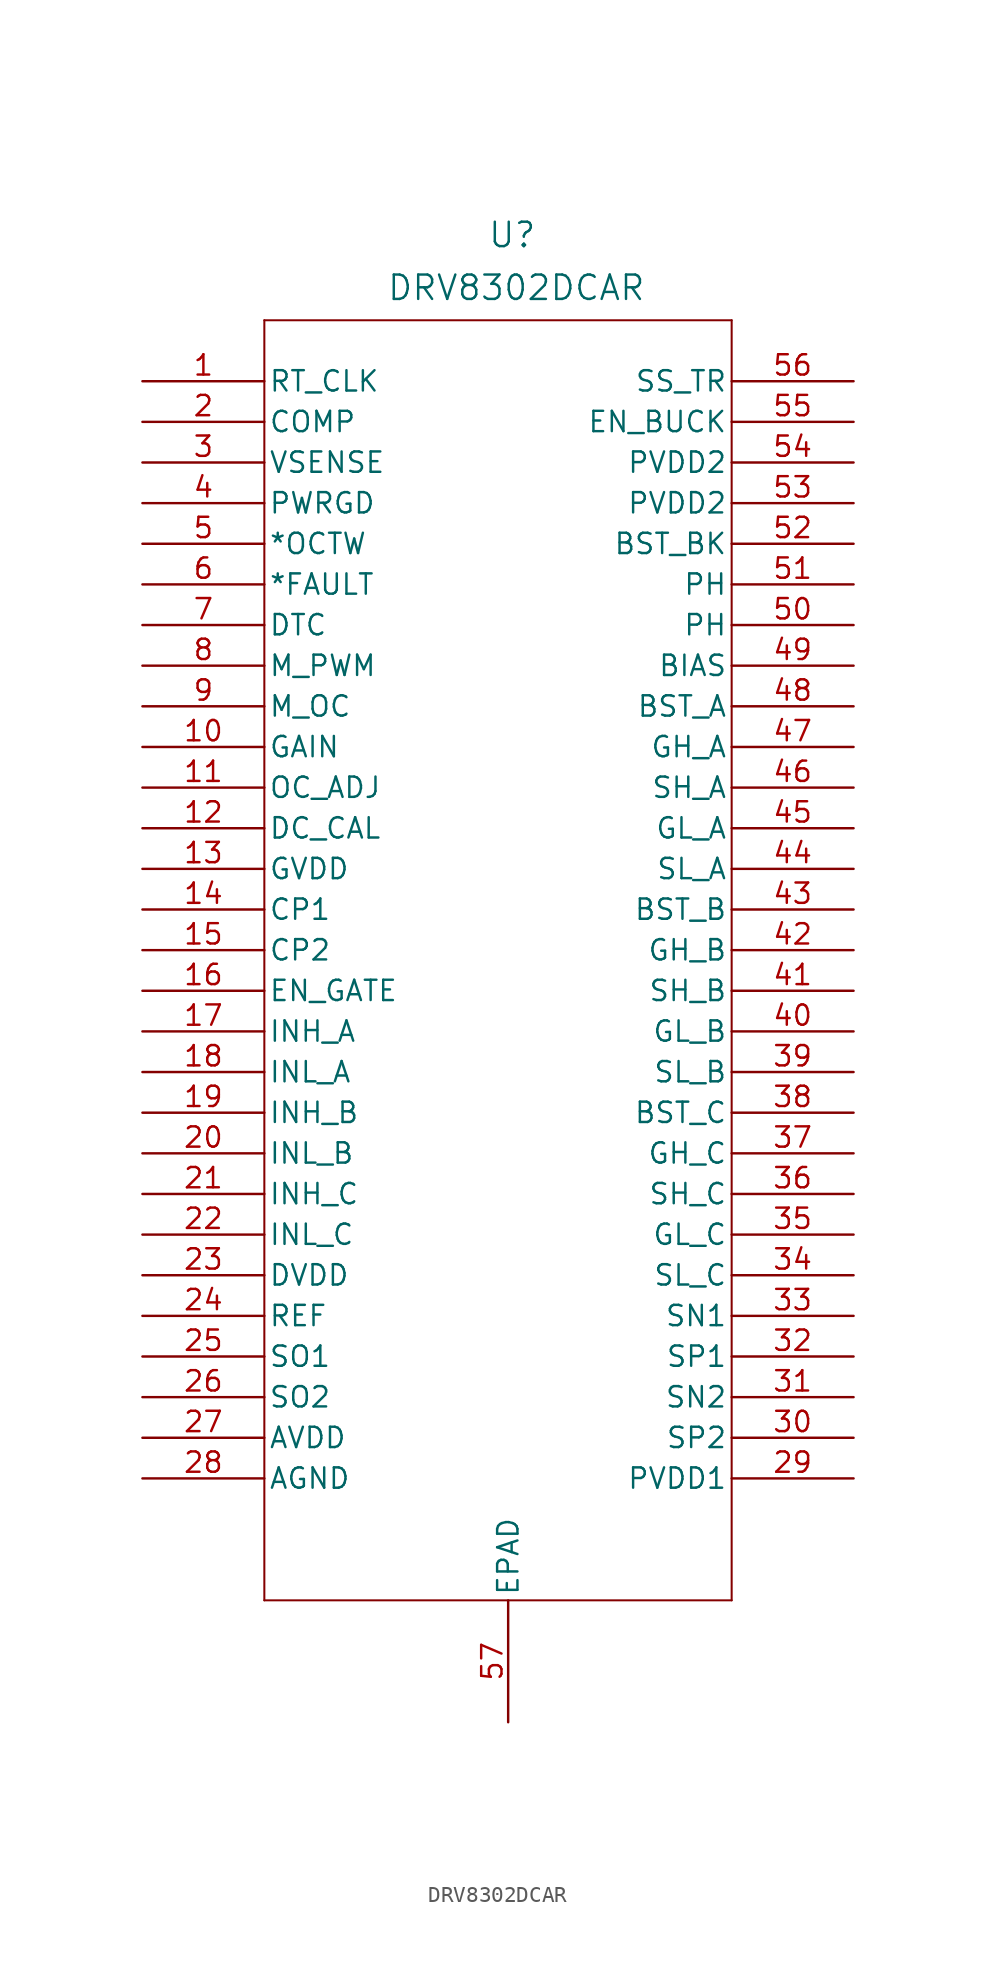
<source format=kicad_sym>
(kicad_symbol_lib
  (version 20231120)
  (generator "kicad_symbol_editor")
  (generator_version "8.0")
  (symbol "DRV8302DCAR"
    (pin_names
      (offset 0.254))
    (property "Reference" "U"
      (at 23.114 9.144 0)
      (effects (font (size 1.524 1.524))))
    (property "Value" "DRV8302DCAR"
      (at 23.368 5.842 0)
      (effects (font (size 1.524 1.524))))
    (property "ki_locked" ""
      (at 0 0 0)
      (effects (font (size 1.27 1.27))))
    (symbol "DRV8302DCAR_0_1"
      (polyline (pts (xy 7.62 -76.2) (xy 36.83 -76.2)) (stroke (width 0.127) (type default)) (fill (type none)))
      (polyline (pts (xy 7.62 3.81) (xy 7.62 -76.2)) (stroke (width 0.127) (type default)) (fill (type none)))
      (polyline (pts (xy 36.83 -76.2) (xy 36.83 3.81)) (stroke (width 0.127) (type default)) (fill (type none)))
      (polyline (pts (xy 36.83 3.81) (xy 7.62 3.81)) (stroke (width 0.127) (type default)) (fill (type none)))
      (pin input line (at 0 0 0) (length 7.62) (name "RT_CLK" (effects (font (size 1.27 1.27)))) (number "1" (effects (font (size 1.27 1.27)))))
      (pin output line (at 0 -22.86 0) (length 7.62) (name "GAIN" (effects (font (size 1.27 1.27)))) (number "10" (effects (font (size 1.27 1.27)))))
      (pin input line (at 0 -25.4 0) (length 7.62) (name "OC_ADJ" (effects (font (size 1.27 1.27)))) (number "11" (effects (font (size 1.27 1.27)))))
      (pin input line (at 0 -27.94 0) (length 7.62) (name "DC_CAL" (effects (font (size 1.27 1.27)))) (number "12" (effects (font (size 1.27 1.27)))))
      (pin power_in line (at 0 -30.48 0) (length 7.62) (name "GVDD" (effects (font (size 1.27 1.27)))) (number "13" (effects (font (size 1.27 1.27)))))
      (pin power_in line (at 0 -33.02 0) (length 7.62) (name "CP1" (effects (font (size 1.27 1.27)))) (number "14" (effects (font (size 1.27 1.27)))))
      (pin power_in line (at 0 -35.56 0) (length 7.62) (name "CP2" (effects (font (size 1.27 1.27)))) (number "15" (effects (font (size 1.27 1.27)))))
      (pin input line (at 0 -38.1 0) (length 7.62) (name "EN_GATE" (effects (font (size 1.27 1.27)))) (number "16" (effects (font (size 1.27 1.27)))))
      (pin input line (at 0 -40.64 0) (length 7.62) (name "INH_A" (effects (font (size 1.27 1.27)))) (number "17" (effects (font (size 1.27 1.27)))))
      (pin input line (at 0 -43.18 0) (length 7.62) (name "INL_A" (effects (font (size 1.27 1.27)))) (number "18" (effects (font (size 1.27 1.27)))))
      (pin input line (at 0 -45.72 0) (length 7.62) (name "INH_B" (effects (font (size 1.27 1.27)))) (number "19" (effects (font (size 1.27 1.27)))))
      (pin output line (at 0 -2.54 0) (length 7.62) (name "COMP" (effects (font (size 1.27 1.27)))) (number "2" (effects (font (size 1.27 1.27)))))
      (pin input line (at 0 -48.26 0) (length 7.62) (name "INL_B" (effects (font (size 1.27 1.27)))) (number "20" (effects (font (size 1.27 1.27)))))
      (pin input line (at 0 -50.8 0) (length 7.62) (name "INH_C" (effects (font (size 1.27 1.27)))) (number "21" (effects (font (size 1.27 1.27)))))
      (pin input line (at 0 -53.34 0) (length 7.62) (name "INL_C" (effects (font (size 1.27 1.27)))) (number "22" (effects (font (size 1.27 1.27)))))
      (pin power_in line (at 0 -55.88 0) (length 7.62) (name "DVDD" (effects (font (size 1.27 1.27)))) (number "23" (effects (font (size 1.27 1.27)))))
      (pin input line (at 0 -58.42 0) (length 7.62) (name "REF" (effects (font (size 1.27 1.27)))) (number "24" (effects (font (size 1.27 1.27)))))
      (pin output line (at 0 -60.96 0) (length 7.62) (name "SO1" (effects (font (size 1.27 1.27)))) (number "25" (effects (font (size 1.27 1.27)))))
      (pin output line (at 0 -63.5 0) (length 7.62) (name "SO2" (effects (font (size 1.27 1.27)))) (number "26" (effects (font (size 1.27 1.27)))))
      (pin power_in line (at 0 -66.04 0) (length 7.62) (name "AVDD" (effects (font (size 1.27 1.27)))) (number "27" (effects (font (size 1.27 1.27)))))
      (pin power_in line (at 0 -68.58 0) (length 7.62) (name "AGND" (effects (font (size 1.27 1.27)))) (number "28" (effects (font (size 1.27 1.27)))))
      (pin power_in line (at 44.45 -68.58 180) (length 7.62) (name "PVDD1" (effects (font (size 1.27 1.27)))) (number "29" (effects (font (size 1.27 1.27)))))
      (pin input line (at 0 -5.08 0) (length 7.62) (name "VSENSE" (effects (font (size 1.27 1.27)))) (number "3" (effects (font (size 1.27 1.27)))))
      (pin input line (at 44.45 -66.04 180) (length 7.62) (name "SP2" (effects (font (size 1.27 1.27)))) (number "30" (effects (font (size 1.27 1.27)))))
      (pin input line (at 44.45 -63.5 180) (length 7.62) (name "SN2" (effects (font (size 1.27 1.27)))) (number "31" (effects (font (size 1.27 1.27)))))
      (pin input line (at 44.45 -60.96 180) (length 7.62) (name "SP1" (effects (font (size 1.27 1.27)))) (number "32" (effects (font (size 1.27 1.27)))))
      (pin input line (at 44.45 -58.42 180) (length 7.62) (name "SN1" (effects (font (size 1.27 1.27)))) (number "33" (effects (font (size 1.27 1.27)))))
      (pin input line (at 44.45 -55.88 180) (length 7.62) (name "SL_C" (effects (font (size 1.27 1.27)))) (number "34" (effects (font (size 1.27 1.27)))))
      (pin output line (at 44.45 -53.34 180) (length 7.62) (name "GL_C" (effects (font (size 1.27 1.27)))) (number "35" (effects (font (size 1.27 1.27)))))
      (pin input line (at 44.45 -50.8 180) (length 7.62) (name "SH_C" (effects (font (size 1.27 1.27)))) (number "36" (effects (font (size 1.27 1.27)))))
      (pin output line (at 44.45 -48.26 180) (length 7.62) (name "GH_C" (effects (font (size 1.27 1.27)))) (number "37" (effects (font (size 1.27 1.27)))))
      (pin power_in line (at 44.45 -45.72 180) (length 7.62) (name "BST_C" (effects (font (size 1.27 1.27)))) (number "38" (effects (font (size 1.27 1.27)))))
      (pin input line (at 44.45 -43.18 180) (length 7.62) (name "SL_B" (effects (font (size 1.27 1.27)))) (number "39" (effects (font (size 1.27 1.27)))))
      (pin input line (at 0 -7.62 0) (length 7.62) (name "PWRGD" (effects (font (size 1.27 1.27)))) (number "4" (effects (font (size 1.27 1.27)))))
      (pin output line (at 44.45 -40.64 180) (length 7.62) (name "GL_B" (effects (font (size 1.27 1.27)))) (number "40" (effects (font (size 1.27 1.27)))))
      (pin input line (at 44.45 -38.1 180) (length 7.62) (name "SH_B" (effects (font (size 1.27 1.27)))) (number "41" (effects (font (size 1.27 1.27)))))
      (pin output line (at 44.45 -35.56 180) (length 7.62) (name "GH_B" (effects (font (size 1.27 1.27)))) (number "42" (effects (font (size 1.27 1.27)))))
      (pin power_in line (at 44.45 -33.02 180) (length 7.62) (name "BST_B" (effects (font (size 1.27 1.27)))) (number "43" (effects (font (size 1.27 1.27)))))
      (pin input line (at 44.45 -30.48 180) (length 7.62) (name "SL_A" (effects (font (size 1.27 1.27)))) (number "44" (effects (font (size 1.27 1.27)))))
      (pin output line (at 44.45 -27.94 180) (length 7.62) (name "GL_A" (effects (font (size 1.27 1.27)))) (number "45" (effects (font (size 1.27 1.27)))))
      (pin input line (at 44.45 -25.4 180) (length 7.62) (name "SH_A" (effects (font (size 1.27 1.27)))) (number "46" (effects (font (size 1.27 1.27)))))
      (pin output line (at 44.45 -22.86 180) (length 7.62) (name "GH_A" (effects (font (size 1.27 1.27)))) (number "47" (effects (font (size 1.27 1.27)))))
      (pin power_in line (at 44.45 -20.32 180) (length 7.62) (name "BST_A" (effects (font (size 1.27 1.27)))) (number "48" (effects (font (size 1.27 1.27)))))
      (pin input line (at 44.45 -17.78 180) (length 7.62) (name "BIAS" (effects (font (size 1.27 1.27)))) (number "49" (effects (font (size 1.27 1.27)))))
      (pin output line (at 0 -10.16 0) (length 7.62) (name "*OCTW" (effects (font (size 1.27 1.27)))) (number "5" (effects (font (size 1.27 1.27)))))
      (pin output line (at 44.45 -15.24 180) (length 7.62) (name "PH" (effects (font (size 1.27 1.27)))) (number "50" (effects (font (size 1.27 1.27)))))
      (pin output line (at 44.45 -12.7 180) (length 7.62) (name "PH" (effects (font (size 1.27 1.27)))) (number "51" (effects (font (size 1.27 1.27)))))
      (pin power_in line (at 44.45 -10.16 180) (length 7.62) (name "BST_BK" (effects (font (size 1.27 1.27)))) (number "52" (effects (font (size 1.27 1.27)))))
      (pin power_in line (at 44.45 -7.62 180) (length 7.62) (name "PVDD2" (effects (font (size 1.27 1.27)))) (number "53" (effects (font (size 1.27 1.27)))))
      (pin power_in line (at 44.45 -5.08 180) (length 7.62) (name "PVDD2" (effects (font (size 1.27 1.27)))) (number "54" (effects (font (size 1.27 1.27)))))
      (pin input line (at 44.45 -2.54 180) (length 7.62) (name "EN_BUCK" (effects (font (size 1.27 1.27)))) (number "55" (effects (font (size 1.27 1.27)))))
      (pin input line (at 44.45 0 180) (length 7.62) (name "SS_TR" (effects (font (size 1.27 1.27)))) (number "56" (effects (font (size 1.27 1.27)))))
      (pin unspecified line (at 22.86 -83.82 90) (length 7.62) (name "EPAD" (effects (font (size 1.27 1.27)))) (number "57" (effects (font (size 1.27 1.27)))))
      (pin output line (at 0 -12.7 0) (length 7.62) (name "*FAULT" (effects (font (size 1.27 1.27)))) (number "6" (effects (font (size 1.27 1.27)))))
      (pin input line (at 0 -15.24 0) (length 7.62) (name "DTC" (effects (font (size 1.27 1.27)))) (number "7" (effects (font (size 1.27 1.27)))))
      (pin input line (at 0 -17.78 0) (length 7.62) (name "M_PWM" (effects (font (size 1.27 1.27)))) (number "8" (effects (font (size 1.27 1.27)))))
      (pin input line (at 0 -20.32 0) (length 7.62) (name "M_OC" (effects (font (size 1.27 1.27)))) (number "9" (effects (font (size 1.27 1.27))))))))
</source>
